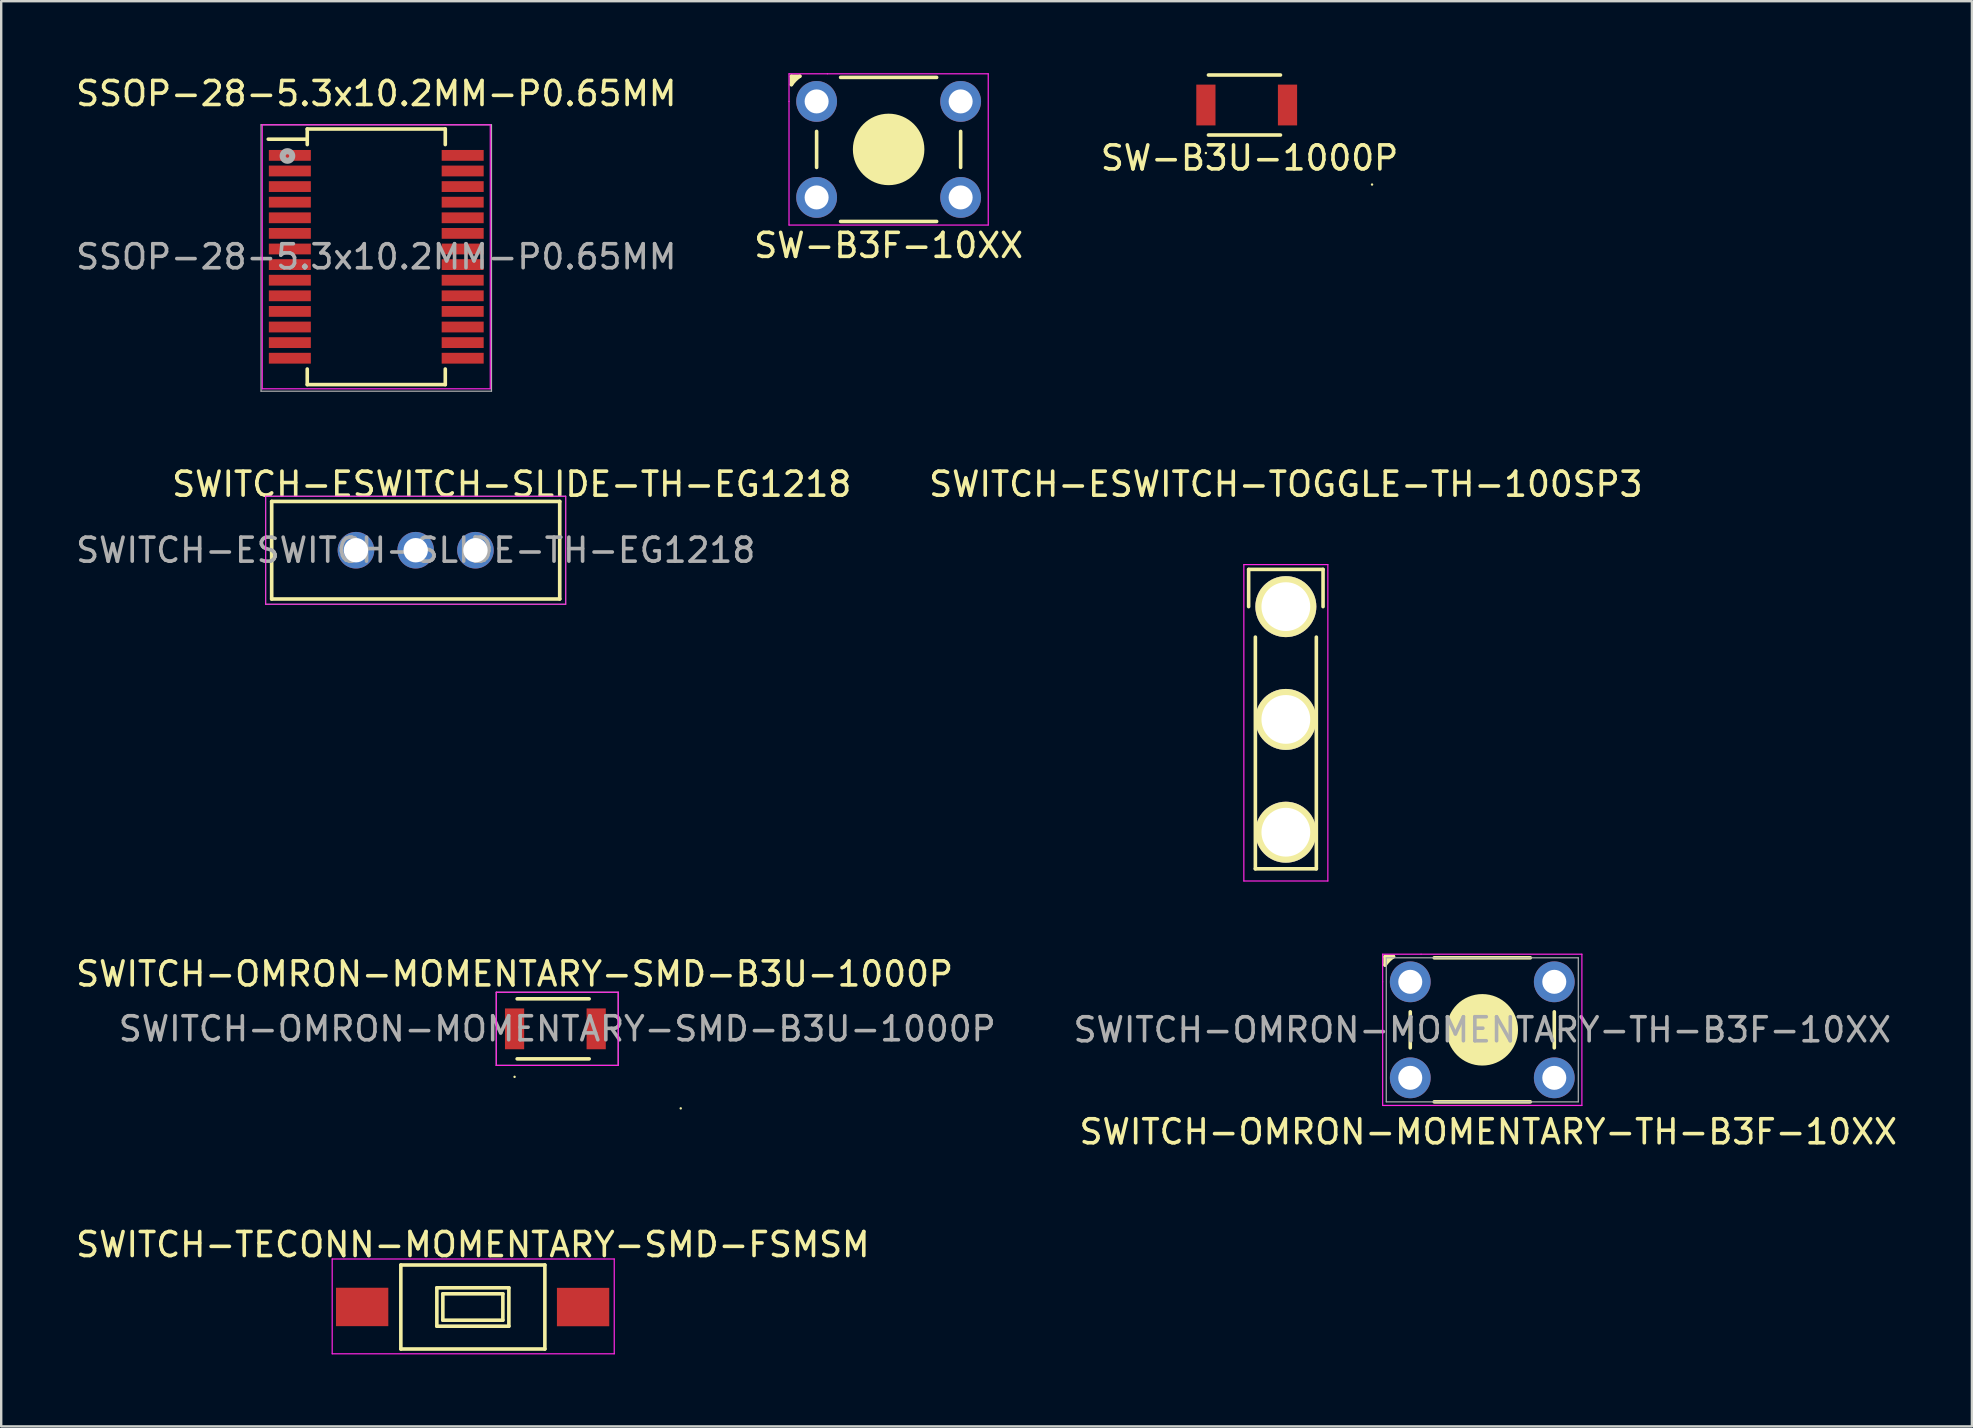
<source format=kicad_pcb>
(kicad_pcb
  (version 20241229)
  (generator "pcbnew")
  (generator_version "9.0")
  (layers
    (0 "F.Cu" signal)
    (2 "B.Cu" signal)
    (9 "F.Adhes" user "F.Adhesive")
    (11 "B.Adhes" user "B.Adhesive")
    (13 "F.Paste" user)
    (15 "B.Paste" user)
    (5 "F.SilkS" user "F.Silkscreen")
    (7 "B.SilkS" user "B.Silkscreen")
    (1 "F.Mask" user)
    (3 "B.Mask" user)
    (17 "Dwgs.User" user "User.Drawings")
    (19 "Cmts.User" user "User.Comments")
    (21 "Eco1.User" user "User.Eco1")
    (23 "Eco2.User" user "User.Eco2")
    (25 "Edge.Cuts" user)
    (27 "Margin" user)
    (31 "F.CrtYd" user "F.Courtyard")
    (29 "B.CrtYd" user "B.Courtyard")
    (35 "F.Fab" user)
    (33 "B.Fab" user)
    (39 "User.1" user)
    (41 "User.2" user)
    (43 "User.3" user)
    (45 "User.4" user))
  (footprint "SWITCH-OMRON-MOMENTARY-TH-B3F-10XX"
    (layer "F.Cu")
    (at 55.701 37.852)
    (property "Reference" "SWITCH-OMRON-MOMENTARY-TH-B3F-10XX" (at 3 2 0) (layer "F.Fab") (effects (font (size 1 1) (thickness 0.15))))
    (attr through_hole)
    (fp_line (start -1.05 -1.05) (end -1.05 -0.7) (stroke (width 0.15) (type solid)) (layer "F.SilkS"))
    (fp_line (start -1.05 -1.05) (end -0.7 -1.05) (stroke (width 0.15) (type solid)) (layer "F.SilkS"))
    (fp_line (start -0.95 -1) (end -0.95 -0.9) (stroke (width 0.15) (type solid)) (layer "F.SilkS"))
    (fp_line (start 0 2) (end 0 2) (stroke (width 0.1) (type solid)) (layer "F.SilkS"))
    (fp_line (start 0 2.75) (end 0 1.25) (stroke (width 0.15) (type solid)) (layer "F.SilkS"))
    (fp_line (start 1 -1) (end 5 -1) (stroke (width 0.15) (type solid)) (layer "F.SilkS"))
    (fp_line (start 1 5) (end 5 5) (stroke (width 0.15) (type solid)) (layer "F.SilkS"))
    (fp_line (start 5 -1) (end 1 -1) (stroke (width 0.1) (type solid)) (layer "F.SilkS"))
    (fp_line (start 5 5) (end 1 5) (stroke (width 0.1) (type solid)) (layer "F.SilkS"))
    (fp_line (start 6 1.25) (end 6 2.75) (stroke (width 0.15) (type solid)) (layer "F.SilkS"))
    (fp_line (start 6 2) (end 6 2) (stroke (width 0.1) (type solid)) (layer "F.SilkS"))
    (fp_arc (start -1.05 -0.7) (mid -0.892328 -0.892328) (end -0.7 -1.05) (stroke (width 0.15) (type solid)) (layer "F.SilkS"))
    (fp_circle (center 3 2) (end 4 3) (stroke (width 0) (type solid)) (fill yes) (layer "F.SilkS"))
    (fp_circle (center 3 2) (end 4 3) (stroke (width 0.15) (type solid)) (fill no) (layer "F.SilkS"))
    (fp_line (start -1.15 -1.15) (end 0.45 -1.15) (stroke (width 0.05) (type solid)) (layer "F.CrtYd"))
    (fp_line (start -1.15 0) (end -1.15 -1.15) (stroke (width 0.05) (type solid)) (layer "F.CrtYd"))
    (fp_line (start -1.15 0) (end -1.15 5.15) (stroke (width 0.05) (type solid)) (layer "F.CrtYd"))
    (fp_line (start -1.15 5.15) (end 7.15 5.15) (stroke (width 0.05) (type solid)) (layer "F.CrtYd"))
    (fp_line (start 7.15 -1.15) (end 0.45 -1.15) (stroke (width 0.05) (type solid)) (layer "F.CrtYd"))
    (fp_line (start 7.15 5.15) (end 7.15 -1.15) (stroke (width 0.05) (type solid)) (layer "F.CrtYd"))
    (fp_line (start -1 -1) (end -1 5) (stroke (width 0.05) (type solid)) (layer "F.Fab"))
    (fp_line (start -1 5) (end 7 5) (stroke (width 0.05) (type solid)) (layer "F.Fab"))
    (fp_line (start 7 -1) (end -1 -1) (stroke (width 0.05) (type solid)) (layer "F.Fab"))
    (fp_line (start 7 5) (end 7 -1) (stroke (width 0.05) (type solid)) (layer "F.Fab"))
    (fp_text user "${REFERENCE}" (at 3.25 6.25 0) (layer "F.SilkS") (effects (font (size 1 1) (thickness 0.15))))
    (pad "1" thru_hole circle (at 0 0) (size 1.7 1.7) (drill 1) (layers "*.Cu" "*.Mask"))
    (pad "2" thru_hole circle (at 6 0) (size 1.7 1.7) (drill 1) (layers "*.Cu" "*.Mask"))
    (pad "3" thru_hole circle (at 0 4) (size 1.7 1.7) (drill 1) (layers "*.Cu" "*.Mask"))
    (pad "4" thru_hole circle (at 6 4) (size 1.7 1.7) (drill 1) (layers "*.Cu" "*.Mask")))
  (footprint "SW-B3U-1000P"
    (layer "F.Cu")
    (at 47.187 1.325)
    (property "Reference" "SW-B3U-1000P" (at 1.819 2.205 0) (layer "F.SilkS") (effects (font (size 1 1) (thickness 0.15))))
    (attr through_hole)
    (fp_line (start 0 2) (end 0 2) (stroke (width 0.1) (type solid)) (layer "F.SilkS"))
    (fp_line (start 0.107 -1.25) (end 3.107 -1.25) (stroke (width 0.15) (type solid)) (layer "F.SilkS"))
    (fp_line (start 0.107 1.25) (end 3.107 1.25) (stroke (width 0.15) (type solid)) (layer "F.SilkS"))
    (fp_line (start 6.922 3.313) (end 6.922 3.313) (stroke (width 0.1) (type solid)) (layer "F.SilkS"))
    (pad "1" smd rect (at 0 0) (size 0.8 1.7) (layers "F.Cu" "F.Mask" "F.Paste"))
    (pad "2" smd rect (at 3.4 0) (size 0.8 1.7) (layers "F.Cu" "F.Mask" "F.Paste")))
  (footprint "SWITCH-ESWITCH-SLIDE-TH-EG1218"
    (layer "F.Cu")
    (at 14.268 19.872)
    (property "Reference" "SWITCH-ESWITCH-SLIDE-TH-EG1218" (at 0 0 0) (layer "F.Fab") (effects (font (size 1 1) (thickness 0.15))))
    (attr through_hole)
    (fp_line (start -6 -2.032) (end -6 2.032) (stroke (width 0.152) (type solid)) (layer "F.SilkS"))
    (fp_line (start 6 -2.032) (end -6 -2.032) (stroke (width 0.152) (type solid)) (layer "F.SilkS"))
    (fp_line (start 6 -2.032) (end 6 2.032) (stroke (width 0.152) (type solid)) (layer "F.SilkS"))
    (fp_line (start 6 2.032) (end -6 2.032) (stroke (width 0.152) (type solid)) (layer "F.SilkS"))
    (fp_line (start -6.25 -2.25) (end -6.25 2.25) (stroke (width 0.041) (type solid)) (layer "F.CrtYd"))
    (fp_line (start -6.25 2.25) (end 6.25 2.25) (stroke (width 0.041) (type solid)) (layer "F.CrtYd"))
    (fp_line (start 6.25 -2.25) (end -6.25 -2.25) (stroke (width 0.041) (type solid)) (layer "F.CrtYd"))
    (fp_line (start 6.25 2.25) (end 6.25 -2.25) (stroke (width 0.041) (type solid)) (layer "F.CrtYd"))
    (fp_line (start -6.25 -2.25) (end -6.25 2.25) (stroke (width 0.041) (type solid)) (layer "F.Fab"))
    (fp_line (start -6.25 2.25) (end 6.25 2.25) (stroke (width 0.041) (type solid)) (layer "F.Fab"))
    (fp_line (start 6.25 -2.25) (end -6.25 -2.25) (stroke (width 0.041) (type solid)) (layer "F.Fab"))
    (fp_line (start 6.25 2.25) (end 6.25 -2.25) (stroke (width 0.041) (type solid)) (layer "F.Fab"))
    (fp_text user "${REFERENCE}" (at 4 -2.75 0) (layer "F.SilkS") (effects (font (size 1 1) (thickness 0.15))))
    (pad "1" thru_hole circle (at -2.489 0) (size 1.524 1.524) (drill 1.016) (layers "*.Cu"))
    (pad "2" thru_hole circle (at 0 0) (size 1.524 1.524) (drill 1.016) (layers "*.Cu"))
    (pad "3" thru_hole circle (at 2.489 0) (size 1.524 1.524) (drill 1.016) (layers "*.Cu")))
  (footprint "SWITCH-ESWITCH-TOGGLE-TH-100SP3"
    (layer "F.Cu")
    (at 50.518 22.222)
    (property "Reference" "SWITCH-ESWITCH-TOGGLE-TH-100SP3" (at 0 -5.1 0) (layer "F.SilkS") (effects (font (size 1 1) (thickness 0.15))))
    (attr through_hole)
    (fp_line (start -1.55 -1.55) (end 1.55 -1.55) (stroke (width 0.15) (type solid)) (layer "F.SilkS"))
    (fp_line (start -1.55 0) (end -1.55 -1.55) (stroke (width 0.15) (type solid)) (layer "F.SilkS"))
    (fp_line (start -1.27 10.922) (end -1.27 1.27) (stroke (width 0.15) (type solid)) (layer "F.SilkS"))
    (fp_line (start 1.27 1.27) (end 1.27 10.922) (stroke (width 0.15) (type solid)) (layer "F.SilkS"))
    (fp_line (start 1.27 10.922) (end -1.27 10.922) (stroke (width 0.15) (type solid)) (layer "F.SilkS"))
    (fp_line (start 1.55 -1.55) (end 1.55 0) (stroke (width 0.15) (type solid)) (layer "F.SilkS"))
    (fp_line (start -1.75 -1.75) (end -1.75 11.43) (stroke (width 0.05) (type solid)) (layer "F.CrtYd"))
    (fp_line (start -1.75 -1.75) (end 1.75 -1.75) (stroke (width 0.05) (type solid)) (layer "F.CrtYd"))
    (fp_line (start -1.75 11.43) (end 1.75 11.43) (stroke (width 0.05) (type solid)) (layer "F.CrtYd"))
    (fp_line (start 1.75 -1.75) (end 1.75 11.43) (stroke (width 0.05) (type solid)) (layer "F.CrtYd"))
    (pad "1" thru_hole circle (at 0 0) (size 2.54 2.54) (drill 2.032) (layers "*.Cu" "*.Mask" "F.SilkS"))
    (pad "2" thru_hole circle (at 0 4.699) (size 2.54 2.54) (drill 2.032) (layers "*.Cu" "*.Mask" "F.SilkS"))
    (pad "3" thru_hole circle (at 0 9.398) (size 2.54 2.54) (drill 2.032) (layers "*.Cu" "*.Mask" "F.SilkS")))
  (footprint "SWITCH-OMRON-MOMENTARY-SMD-B3U-1000P"
    (layer "F.Cu")
    (at 18.387 39.811)
    (property "Reference" "SWITCH-OMRON-MOMENTARY-SMD-B3U-1000P" (at 1.778 0 0) (layer "F.Fab") (effects (font (size 1 1) (thickness 0.15))))
    (attr through_hole)
    (fp_line (start 0 2) (end 0 2) (stroke (width 0.1) (type solid)) (layer "F.SilkS"))
    (fp_line (start 0.107 -1.25) (end 3.107 -1.25) (stroke (width 0.15) (type solid)) (layer "F.SilkS"))
    (fp_line (start 0.107 1.25) (end 3.107 1.25) (stroke (width 0.15) (type solid)) (layer "F.SilkS"))
    (fp_line (start 6.922 3.313) (end 6.922 3.313) (stroke (width 0.1) (type solid)) (layer "F.SilkS"))
    (fp_line (start -0.762 -1.524) (end -0.762 1.524) (stroke (width 0.05) (type solid)) (layer "F.CrtYd"))
    (fp_line (start -0.762 1.524) (end 4.318 1.524) (stroke (width 0.05) (type solid)) (layer "F.CrtYd"))
    (fp_line (start 4.318 -1.524) (end -0.762 -1.524) (stroke (width 0.05) (type solid)) (layer "F.CrtYd"))
    (fp_line (start 4.318 1.524) (end 4.318 -1.524) (stroke (width 0.05) (type solid)) (layer "F.CrtYd"))
    (fp_line (start -0.762 -1.524) (end 4.318 -1.524) (stroke (width 0.05) (type solid)) (layer "F.Fab"))
    (fp_line (start -0.762 1.524) (end -0.762 -1.524) (stroke (width 0.05) (type solid)) (layer "F.Fab"))
    (fp_line (start 4.318 -1.524) (end 4.318 1.524) (stroke (width 0.05) (type solid)) (layer "F.Fab"))
    (fp_line (start 4.318 1.524) (end -0.762 1.524) (stroke (width 0.05) (type solid)) (layer "F.Fab"))
    (fp_text user "${REFERENCE}" (at 0 -2.286 0) (layer "F.SilkS") (effects (font (size 1 1) (thickness 0.15))))
    (pad "1" smd rect (at 0 0) (size 0.8 1.7) (layers "F.Cu" "F.Mask" "F.Paste"))
    (pad "2" smd rect (at 3.4 0) (size 0.8 1.7) (layers "F.Cu" "F.Mask" "F.Paste")))
  (footprint "SW-B3F-10XX"
    (layer "F.Cu")
    (at 30.97 1.175)
    (property "Reference" "SW-B3F-10XX" (at 3 6 0) (layer "F.SilkS") (effects (font (size 1 1) (thickness 0.15))))
    (attr through_hole)
    (fp_line (start -1.05 -1.05) (end -1.05 -0.7) (stroke (width 0.15) (type solid)) (layer "F.SilkS"))
    (fp_line (start -1.05 -1.05) (end -0.7 -1.05) (stroke (width 0.15) (type solid)) (layer "F.SilkS"))
    (fp_line (start -0.95 -1) (end -0.95 -0.9) (stroke (width 0.15) (type solid)) (layer "F.SilkS"))
    (fp_line (start 0 2) (end 0 2) (stroke (width 0.1) (type solid)) (layer "F.SilkS"))
    (fp_line (start 0 2.75) (end 0 1.25) (stroke (width 0.15) (type solid)) (layer "F.SilkS"))
    (fp_line (start 1 -1) (end 5 -1) (stroke (width 0.15) (type solid)) (layer "F.SilkS"))
    (fp_line (start 1 5) (end 5 5) (stroke (width 0.15) (type solid)) (layer "F.SilkS"))
    (fp_line (start 5 -1) (end 1 -1) (stroke (width 0.1) (type solid)) (layer "F.SilkS"))
    (fp_line (start 5 5) (end 1 5) (stroke (width 0.1) (type solid)) (layer "F.SilkS"))
    (fp_line (start 6 1.25) (end 6 2.75) (stroke (width 0.15) (type solid)) (layer "F.SilkS"))
    (fp_line (start 6 2) (end 6 2) (stroke (width 0.1) (type solid)) (layer "F.SilkS"))
    (fp_arc (start -1.05 -0.7) (mid -0.892328 -0.892328) (end -0.7 -1.05) (stroke (width 0.15) (type solid)) (layer "F.SilkS"))
    (fp_circle (center 3 2) (end 4 3) (stroke (width 0) (type solid)) (fill yes) (layer "F.SilkS"))
    (fp_circle (center 3 2) (end 4 3) (stroke (width 0.15) (type solid)) (fill no) (layer "F.SilkS"))
    (fp_line (start -1.15 -1.15) (end 0.45 -1.15) (stroke (width 0.05) (type solid)) (layer "F.CrtYd"))
    (fp_line (start -1.15 0) (end -1.15 -1.15) (stroke (width 0.05) (type solid)) (layer "F.CrtYd"))
    (fp_line (start -1.15 0) (end -1.15 5.15) (stroke (width 0.05) (type solid)) (layer "F.CrtYd"))
    (fp_line (start -1.15 5.15) (end 7.15 5.15) (stroke (width 0.05) (type solid)) (layer "F.CrtYd"))
    (fp_line (start 7.15 -1.15) (end 0.45 -1.15) (stroke (width 0.05) (type solid)) (layer "F.CrtYd"))
    (fp_line (start 7.15 5.15) (end 7.15 -1.15) (stroke (width 0.05) (type solid)) (layer "F.CrtYd"))
    (pad "1" thru_hole circle (at 0 0) (size 1.7 1.7) (drill 1) (layers "*.Cu" "*.Mask"))
    (pad "2" thru_hole circle (at 6 0) (size 1.7 1.7) (drill 1) (layers "*.Cu" "*.Mask"))
    (pad "3" thru_hole circle (at 0 4) (size 1.7 1.7) (drill 1) (layers "*.Cu" "*.Mask"))
    (pad "4" thru_hole circle (at 6 4) (size 1.7 1.7) (drill 1) (layers "*.Cu" "*.Mask")))
  (footprint "SSOP-28-5.3x10.2MM-P0.65MM"
    (layer "F.Cu")
    (at 12.625 7.648)
    (property "Reference" "SSOP-28-5.3x10.2MM-P0.65MM" (at 0 0 0) (layer "F.Fab") (effects (font (size 1 1) (thickness 0.15))))
    (attr smd)
    (fp_line (start -2.9 -4.9) (end -4.5 -4.9) (stroke (width 0.15) (type solid)) (layer "F.SilkS"))
    (fp_line (start -2.875 -5.325) (end -2.875 -4.675) (stroke (width 0.15) (type solid)) (layer "F.SilkS"))
    (fp_line (start -2.875 -5.325) (end 2.875 -5.325) (stroke (width 0.15) (type solid)) (layer "F.SilkS"))
    (fp_line (start -2.875 5.325) (end -2.875 4.675) (stroke (width 0.15) (type solid)) (layer "F.SilkS"))
    (fp_line (start -2.875 5.325) (end 2.875 5.325) (stroke (width 0.15) (type solid)) (layer "F.SilkS"))
    (fp_line (start 2.875 -5.325) (end 2.875 -4.675) (stroke (width 0.15) (type solid)) (layer "F.SilkS"))
    (fp_line (start 2.875 5.325) (end 2.875 4.675) (stroke (width 0.15) (type solid)) (layer "F.SilkS"))
    (fp_line (start -4.75 -5.5) (end -4.75 5.5) (stroke (width 0.05) (type solid)) (layer "F.CrtYd"))
    (fp_line (start -4.75 -5.5) (end 4.75 -5.5) (stroke (width 0.05) (type solid)) (layer "F.CrtYd"))
    (fp_line (start -4.75 5.5) (end 4.75 5.5) (stroke (width 0.05) (type solid)) (layer "F.CrtYd"))
    (fp_line (start 4.75 -5.5) (end 4.75 5.5) (stroke (width 0.05) (type solid)) (layer "F.CrtYd"))
    (fp_line (start -4.8 -5.5) (end -4.8 5.6) (stroke (width 0.051) (type solid)) (layer "F.Fab"))
    (fp_line (start -4.8 5.6) (end 4.8 5.6) (stroke (width 0.051) (type solid)) (layer "F.Fab"))
    (fp_line (start 4.8 -5.5) (end -4.8 -5.5) (stroke (width 0.051) (type solid)) (layer "F.Fab"))
    (fp_line (start 4.8 5.6) (end 4.8 -5.5) (stroke (width 0.051) (type solid)) (layer "F.Fab"))
    (fp_circle (center -3.7 -4.2) (end -3.7 -4) (stroke (width 0.254) (type solid)) (fill no) (layer "F.Fab"))
    (fp_text user "${REFERENCE}" (at 0 -6.8 0) (layer "F.SilkS") (effects (font (size 1 1) (thickness 0.15))))
    (pad "1" smd rect (at -3.6 -4.225) (size 1.75 0.45) (layers "F.Cu" "F.Mask" "F.Paste"))
    (pad "2" smd rect (at -3.6 -3.575) (size 1.75 0.45) (layers "F.Cu" "F.Mask" "F.Paste"))
    (pad "3" smd rect (at -3.6 -2.925) (size 1.75 0.45) (layers "F.Cu" "F.Mask" "F.Paste"))
    (pad "4" smd rect (at -3.6 -2.275) (size 1.75 0.45) (layers "F.Cu" "F.Mask" "F.Paste"))
    (pad "5" smd rect (at -3.6 -1.625) (size 1.75 0.45) (layers "F.Cu" "F.Mask" "F.Paste"))
    (pad "6" smd rect (at -3.6 -0.975) (size 1.75 0.45) (layers "F.Cu" "F.Mask" "F.Paste"))
    (pad "7" smd rect (at -3.6 -0.325) (size 1.75 0.45) (layers "F.Cu" "F.Mask" "F.Paste"))
    (pad "8" smd rect (at -3.6 0.325) (size 1.75 0.45) (layers "F.Cu" "F.Mask" "F.Paste"))
    (pad "9" smd rect (at -3.6 0.975) (size 1.75 0.45) (layers "F.Cu" "F.Mask" "F.Paste"))
    (pad "10" smd rect (at -3.6 1.625) (size 1.75 0.45) (layers "F.Cu" "F.Mask" "F.Paste"))
    (pad "11" smd rect (at -3.6 2.275) (size 1.75 0.45) (layers "F.Cu" "F.Mask" "F.Paste"))
    (pad "12" smd rect (at -3.6 2.925) (size 1.75 0.45) (layers "F.Cu" "F.Mask" "F.Paste"))
    (pad "13" smd rect (at -3.6 3.575) (size 1.75 0.45) (layers "F.Cu" "F.Mask" "F.Paste"))
    (pad "14" smd rect (at -3.6 4.225) (size 1.75 0.45) (layers "F.Cu" "F.Mask" "F.Paste"))
    (pad "15" smd rect (at 3.6 4.225) (size 1.75 0.45) (layers "F.Cu" "F.Mask" "F.Paste"))
    (pad "16" smd rect (at 3.6 3.575) (size 1.75 0.45) (layers "F.Cu" "F.Mask" "F.Paste"))
    (pad "17" smd rect (at 3.6 2.925) (size 1.75 0.45) (layers "F.Cu" "F.Mask" "F.Paste"))
    (pad "18" smd rect (at 3.6 2.275) (size 1.75 0.45) (layers "F.Cu" "F.Mask" "F.Paste"))
    (pad "19" smd rect (at 3.6 1.625) (size 1.75 0.45) (layers "F.Cu" "F.Mask" "F.Paste"))
    (pad "20" smd rect (at 3.6 0.975) (size 1.75 0.45) (layers "F.Cu" "F.Mask" "F.Paste"))
    (pad "21" smd rect (at 3.6 0.325) (size 1.75 0.45) (layers "F.Cu" "F.Mask" "F.Paste"))
    (pad "22" smd rect (at 3.6 -0.325) (size 1.75 0.45) (layers "F.Cu" "F.Mask" "F.Paste"))
    (pad "23" smd rect (at 3.6 -0.975) (size 1.75 0.45) (layers "F.Cu" "F.Mask" "F.Paste"))
    (pad "24" smd rect (at 3.6 -1.625) (size 1.75 0.45) (layers "F.Cu" "F.Mask" "F.Paste"))
    (pad "25" smd rect (at 3.6 -2.275) (size 1.75 0.45) (layers "F.Cu" "F.Mask" "F.Paste"))
    (pad "26" smd rect (at 3.6 -2.925) (size 1.75 0.45) (layers "F.Cu" "F.Mask" "F.Paste"))
    (pad "27" smd rect (at 3.6 -3.575) (size 1.75 0.45) (layers "F.Cu" "F.Mask" "F.Paste"))
    (pad "28" smd rect (at 3.6 -4.225) (size 1.75 0.45) (layers "F.Cu" "F.Mask" "F.Paste")))
  (footprint "SWITCH-TECONN-MOMENTARY-SMD-FSMSM"
    (layer "F.Cu")
    (at 16.639 51.399)
    (property "Reference" "SWITCH-TECONN-MOMENTARY-SMD-FSMSM" (at 0.01 -2.6 0) (layer "F.SilkS") (effects (font (size 1 1) (thickness 0.15))))
    (attr smd)
    (fp_line (start -2.99 -1.75) (end -2.99 1.75) (stroke (width 0.15) (type solid)) (layer "F.SilkS"))
    (fp_line (start -2.99 -1.75) (end 3.01 -1.75) (stroke (width 0.15) (type solid)) (layer "F.SilkS"))
    (fp_line (start -2.99 1.75) (end 3.01 1.75) (stroke (width 0.15) (type solid)) (layer "F.SilkS"))
    (fp_line (start -1.49 -0.8) (end -1.49 0.8) (stroke (width 0.15) (type solid)) (layer "F.SilkS"))
    (fp_line (start -1.49 -0.8) (end 1.51 -0.8) (stroke (width 0.15) (type solid)) (layer "F.SilkS"))
    (fp_line (start -1.49 0.8) (end 1.51 0.8) (stroke (width 0.15) (type solid)) (layer "F.SilkS"))
    (fp_line (start -1.24 -0.55) (end 1.26 -0.55) (stroke (width 0.15) (type solid)) (layer "F.SilkS"))
    (fp_line (start -1.24 0.55) (end -1.24 -0.55) (stroke (width 0.15) (type solid)) (layer "F.SilkS"))
    (fp_line (start 1.26 -0.55) (end 1.26 0.55) (stroke (width 0.15) (type solid)) (layer "F.SilkS"))
    (fp_line (start 1.26 0.55) (end -1.24 0.55) (stroke (width 0.15) (type solid)) (layer "F.SilkS"))
    (fp_line (start 1.51 -0.8) (end 1.51 0.8) (stroke (width 0.15) (type solid)) (layer "F.SilkS"))
    (fp_line (start 3.01 -1.75) (end 3.01 1.75) (stroke (width 0.15) (type solid)) (layer "F.SilkS"))
    (fp_line (start -5.85 -2) (end -5.85 1.95) (stroke (width 0.05) (type solid)) (layer "F.CrtYd"))
    (fp_line (start -5.85 -2) (end 5.9 -2) (stroke (width 0.05) (type solid)) (layer "F.CrtYd"))
    (fp_line (start -5.85 1.95) (end 5.9 1.95) (stroke (width 0.05) (type solid)) (layer "F.CrtYd"))
    (fp_line (start 5.9 -2) (end 5.9 1.95) (stroke (width 0.05) (type solid)) (layer "F.CrtYd"))
    (pad "1" smd rect (at -4.602 -0.002) (size 2.18 1.6) (layers "F.Cu" "F.Mask" "F.Paste"))
    (pad "2" smd rect (at 4.602 0.002) (size 2.18 1.6) (layers "F.Cu" "F.Mask" "F.Paste")))
  (gr_rect
    (start -3 -3)
    (end 79.099 56.374)
    (stroke (width 0.1) (type default))
    (fill no)
    (layer "Edge.Cuts")))
</source>
